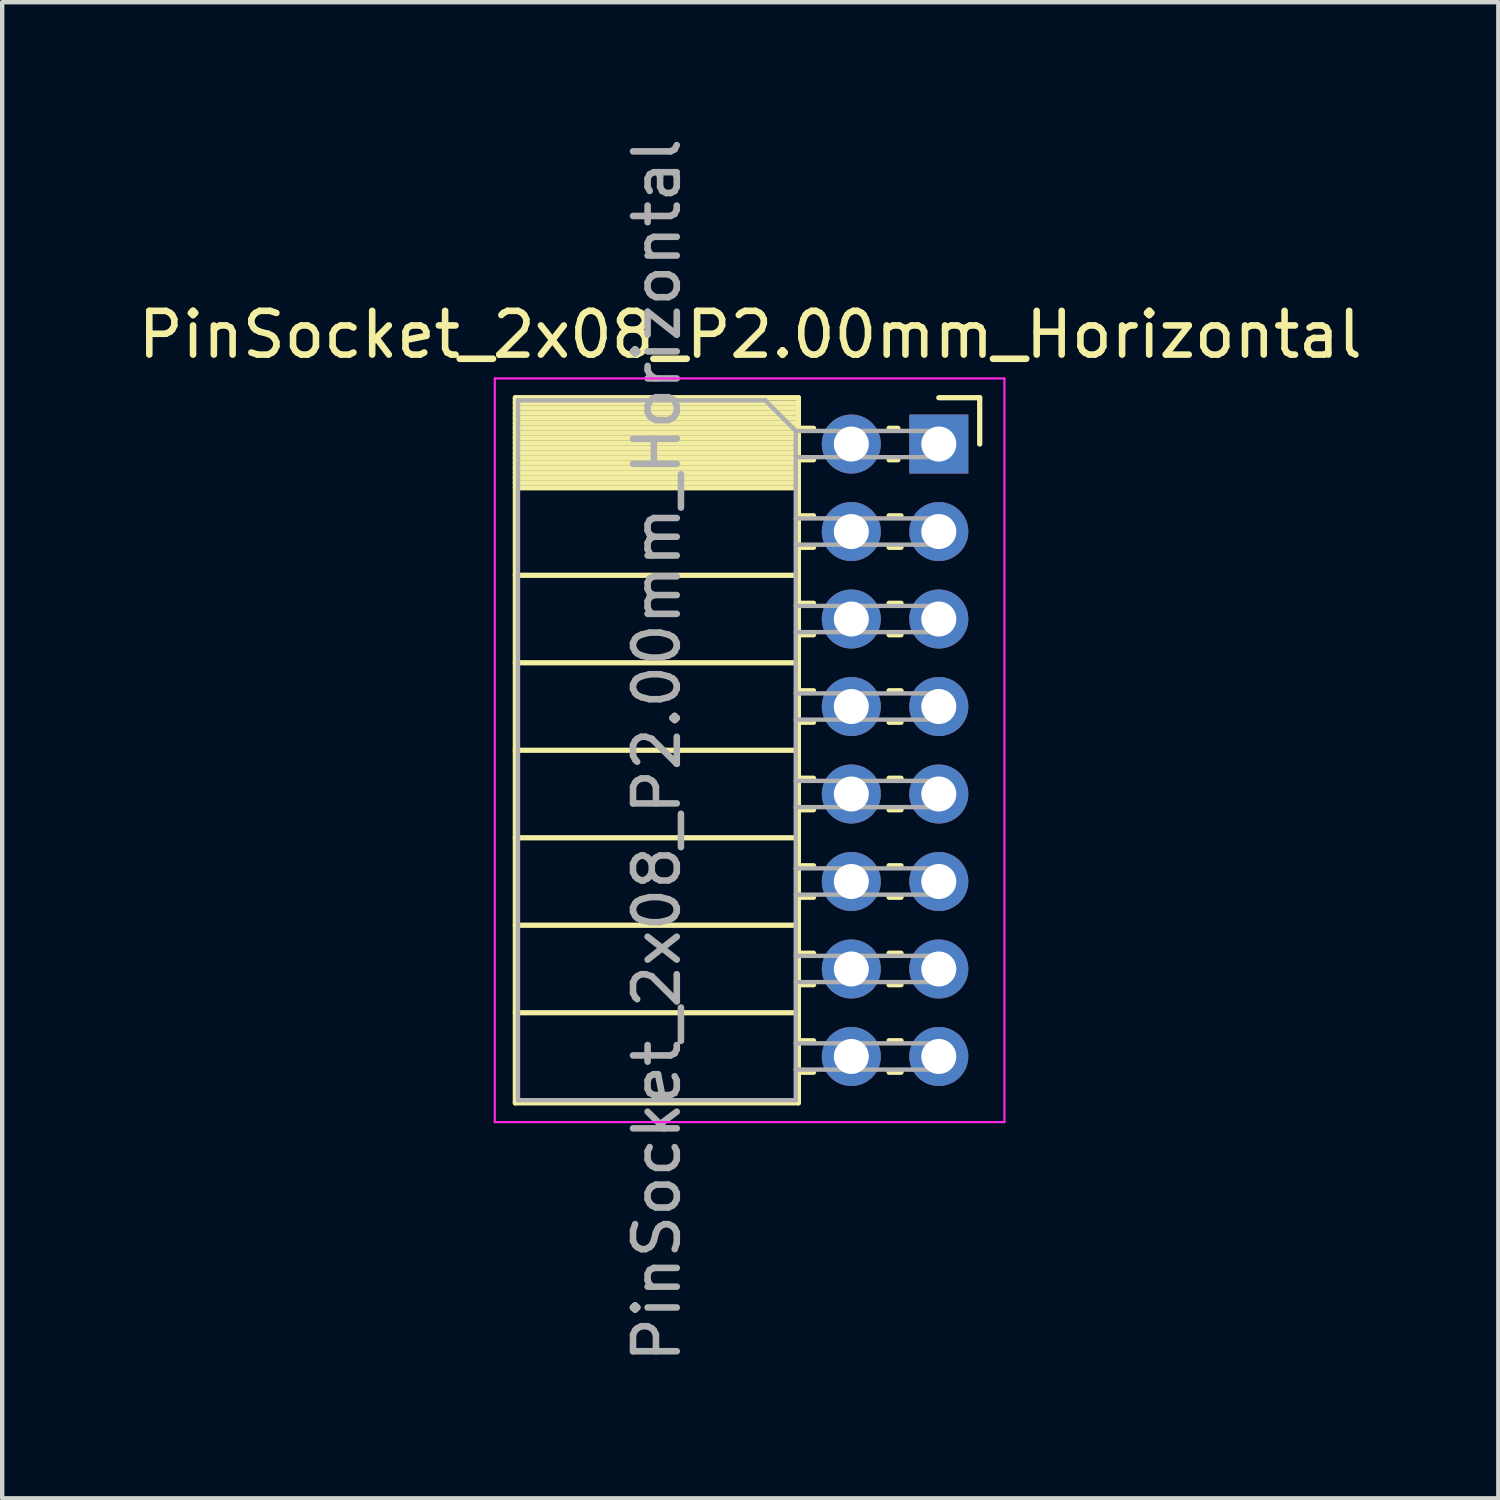
<source format=kicad_pcb>
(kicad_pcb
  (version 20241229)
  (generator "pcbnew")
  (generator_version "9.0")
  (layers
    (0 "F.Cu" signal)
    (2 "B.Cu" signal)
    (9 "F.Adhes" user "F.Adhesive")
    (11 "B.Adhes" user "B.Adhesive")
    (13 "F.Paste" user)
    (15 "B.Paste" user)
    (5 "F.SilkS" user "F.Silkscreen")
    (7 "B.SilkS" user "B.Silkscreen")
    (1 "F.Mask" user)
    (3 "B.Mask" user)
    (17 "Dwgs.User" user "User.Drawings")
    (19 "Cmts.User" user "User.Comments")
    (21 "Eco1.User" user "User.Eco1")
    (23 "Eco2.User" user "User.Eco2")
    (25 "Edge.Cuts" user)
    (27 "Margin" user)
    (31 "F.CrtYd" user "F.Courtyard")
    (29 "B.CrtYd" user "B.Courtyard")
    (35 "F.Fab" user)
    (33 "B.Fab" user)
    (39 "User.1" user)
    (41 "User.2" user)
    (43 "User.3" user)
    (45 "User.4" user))
  (footprint "PinSocket_2x08_P2.00mm_Horizontal"
    (layer "F.Cu")
    (at 18.411 7.101)
    (property "Reference" "PinSocket_2x08_P2.00mm_Horizontal" (at -4.31 -2.5 0) (layer "F.SilkS") (effects (font (size 1 1) (thickness 0.15))))
    (attr through_hole)
    (fp_line (start -9.68 -1.06) (end -9.68 15.06) (stroke (width 0.12) (type solid)) (layer "F.SilkS"))
    (fp_line (start -9.68 -1.06) (end -3.21 -1.06) (stroke (width 0.12) (type solid)) (layer "F.SilkS"))
    (fp_line (start -9.68 -0.94) (end -3.21 -0.94) (stroke (width 0.12) (type solid)) (layer "F.SilkS"))
    (fp_line (start -9.68 -0.826) (end -3.21 -0.826) (stroke (width 0.12) (type solid)) (layer "F.SilkS"))
    (fp_line (start -9.68 -0.712) (end -3.21 -0.712) (stroke (width 0.12) (type solid)) (layer "F.SilkS"))
    (fp_line (start -9.68 -0.598) (end -3.21 -0.598) (stroke (width 0.12) (type solid)) (layer "F.SilkS"))
    (fp_line (start -9.68 -0.484) (end -3.21 -0.484) (stroke (width 0.12) (type solid)) (layer "F.SilkS"))
    (fp_line (start -9.68 -0.369) (end -3.21 -0.369) (stroke (width 0.12) (type solid)) (layer "F.SilkS"))
    (fp_line (start -9.68 -0.255) (end -3.21 -0.255) (stroke (width 0.12) (type solid)) (layer "F.SilkS"))
    (fp_line (start -9.68 -0.141) (end -3.21 -0.141) (stroke (width 0.12) (type solid)) (layer "F.SilkS"))
    (fp_line (start -9.68 -0.027) (end -3.21 -0.027) (stroke (width 0.12) (type solid)) (layer "F.SilkS"))
    (fp_line (start -9.68 0.087) (end -3.21 0.087) (stroke (width 0.12) (type solid)) (layer "F.SilkS"))
    (fp_line (start -9.68 0.201) (end -3.21 0.201) (stroke (width 0.12) (type solid)) (layer "F.SilkS"))
    (fp_line (start -9.68 0.315) (end -3.21 0.315) (stroke (width 0.12) (type solid)) (layer "F.SilkS"))
    (fp_line (start -9.68 0.429) (end -3.21 0.429) (stroke (width 0.12) (type solid)) (layer "F.SilkS"))
    (fp_line (start -9.68 0.544) (end -3.21 0.544) (stroke (width 0.12) (type solid)) (layer "F.SilkS"))
    (fp_line (start -9.68 0.658) (end -3.21 0.658) (stroke (width 0.12) (type solid)) (layer "F.SilkS"))
    (fp_line (start -9.68 0.772) (end -3.21 0.772) (stroke (width 0.12) (type solid)) (layer "F.SilkS"))
    (fp_line (start -9.68 0.886) (end -3.21 0.886) (stroke (width 0.12) (type solid)) (layer "F.SilkS"))
    (fp_line (start -9.68 1) (end -3.21 1) (stroke (width 0.12) (type solid)) (layer "F.SilkS"))
    (fp_line (start -9.68 3) (end -3.21 3) (stroke (width 0.12) (type solid)) (layer "F.SilkS"))
    (fp_line (start -9.68 5) (end -3.21 5) (stroke (width 0.12) (type solid)) (layer "F.SilkS"))
    (fp_line (start -9.68 7) (end -3.21 7) (stroke (width 0.12) (type solid)) (layer "F.SilkS"))
    (fp_line (start -9.68 9) (end -3.21 9) (stroke (width 0.12) (type solid)) (layer "F.SilkS"))
    (fp_line (start -9.68 11) (end -3.21 11) (stroke (width 0.12) (type solid)) (layer "F.SilkS"))
    (fp_line (start -9.68 13) (end -3.21 13) (stroke (width 0.12) (type solid)) (layer "F.SilkS"))
    (fp_line (start -9.68 15.06) (end -3.21 15.06) (stroke (width 0.12) (type solid)) (layer "F.SilkS"))
    (fp_line (start -3.21 -1.06) (end -3.21 15.06) (stroke (width 0.12) (type solid)) (layer "F.SilkS"))
    (fp_line (start -3.21 -0.36) (end -2.863 -0.36) (stroke (width 0.12) (type solid)) (layer "F.SilkS"))
    (fp_line (start -3.21 0.36) (end -2.863 0.36) (stroke (width 0.12) (type solid)) (layer "F.SilkS"))
    (fp_line (start -3.21 1.64) (end -2.863 1.64) (stroke (width 0.12) (type solid)) (layer "F.SilkS"))
    (fp_line (start -3.21 2.36) (end -2.863 2.36) (stroke (width 0.12) (type solid)) (layer "F.SilkS"))
    (fp_line (start -3.21 3.64) (end -2.863 3.64) (stroke (width 0.12) (type solid)) (layer "F.SilkS"))
    (fp_line (start -3.21 4.36) (end -2.863 4.36) (stroke (width 0.12) (type solid)) (layer "F.SilkS"))
    (fp_line (start -3.21 5.64) (end -2.863 5.64) (stroke (width 0.12) (type solid)) (layer "F.SilkS"))
    (fp_line (start -3.21 6.36) (end -2.863 6.36) (stroke (width 0.12) (type solid)) (layer "F.SilkS"))
    (fp_line (start -3.21 7.64) (end -2.863 7.64) (stroke (width 0.12) (type solid)) (layer "F.SilkS"))
    (fp_line (start -3.21 8.36) (end -2.863 8.36) (stroke (width 0.12) (type solid)) (layer "F.SilkS"))
    (fp_line (start -3.21 9.64) (end -2.863 9.64) (stroke (width 0.12) (type solid)) (layer "F.SilkS"))
    (fp_line (start -3.21 10.36) (end -2.863 10.36) (stroke (width 0.12) (type solid)) (layer "F.SilkS"))
    (fp_line (start -3.21 11.64) (end -2.863 11.64) (stroke (width 0.12) (type solid)) (layer "F.SilkS"))
    (fp_line (start -3.21 12.36) (end -2.863 12.36) (stroke (width 0.12) (type solid)) (layer "F.SilkS"))
    (fp_line (start -3.21 13.64) (end -2.863 13.64) (stroke (width 0.12) (type solid)) (layer "F.SilkS"))
    (fp_line (start -3.21 14.36) (end -2.863 14.36) (stroke (width 0.12) (type solid)) (layer "F.SilkS"))
    (fp_line (start -1.137 -0.36) (end -0.935 -0.36) (stroke (width 0.12) (type solid)) (layer "F.SilkS"))
    (fp_line (start -1.137 0.36) (end -0.935 0.36) (stroke (width 0.12) (type solid)) (layer "F.SilkS"))
    (fp_line (start -1.137 1.64) (end -0.863 1.64) (stroke (width 0.12) (type solid)) (layer "F.SilkS"))
    (fp_line (start -1.137 2.36) (end -0.863 2.36) (stroke (width 0.12) (type solid)) (layer "F.SilkS"))
    (fp_line (start -1.137 3.64) (end -0.863 3.64) (stroke (width 0.12) (type solid)) (layer "F.SilkS"))
    (fp_line (start -1.137 4.36) (end -0.863 4.36) (stroke (width 0.12) (type solid)) (layer "F.SilkS"))
    (fp_line (start -1.137 5.64) (end -0.863 5.64) (stroke (width 0.12) (type solid)) (layer "F.SilkS"))
    (fp_line (start -1.137 6.36) (end -0.863 6.36) (stroke (width 0.12) (type solid)) (layer "F.SilkS"))
    (fp_line (start -1.137 7.64) (end -0.863 7.64) (stroke (width 0.12) (type solid)) (layer "F.SilkS"))
    (fp_line (start -1.137 8.36) (end -0.863 8.36) (stroke (width 0.12) (type solid)) (layer "F.SilkS"))
    (fp_line (start -1.137 9.64) (end -0.863 9.64) (stroke (width 0.12) (type solid)) (layer "F.SilkS"))
    (fp_line (start -1.137 10.36) (end -0.863 10.36) (stroke (width 0.12) (type solid)) (layer "F.SilkS"))
    (fp_line (start -1.137 11.64) (end -0.863 11.64) (stroke (width 0.12) (type solid)) (layer "F.SilkS"))
    (fp_line (start -1.137 12.36) (end -0.863 12.36) (stroke (width 0.12) (type solid)) (layer "F.SilkS"))
    (fp_line (start -1.137 13.64) (end -0.863 13.64) (stroke (width 0.12) (type solid)) (layer "F.SilkS"))
    (fp_line (start -1.137 14.36) (end -0.863 14.36) (stroke (width 0.12) (type solid)) (layer "F.SilkS"))
    (fp_line (start 0 -1.06) (end 0.935 -1.06) (stroke (width 0.12) (type solid)) (layer "F.SilkS"))
    (fp_line (start 0.935 -1.06) (end 0.935 0) (stroke (width 0.12) (type solid)) (layer "F.SilkS"))
    (fp_line (start -10.15 -1.5) (end -10.15 15.5) (stroke (width 0.05) (type solid)) (layer "F.CrtYd"))
    (fp_line (start -10.15 15.5) (end 1.5 15.5) (stroke (width 0.05) (type solid)) (layer "F.CrtYd"))
    (fp_line (start 1.5 -1.5) (end -10.15 -1.5) (stroke (width 0.05) (type solid)) (layer "F.CrtYd"))
    (fp_line (start 1.5 15.5) (end 1.5 -1.5) (stroke (width 0.05) (type solid)) (layer "F.CrtYd"))
    (fp_line (start -9.62 -1) (end -3.97 -1) (stroke (width 0.1) (type solid)) (layer "F.Fab"))
    (fp_line (start -9.62 15) (end -9.62 -1) (stroke (width 0.1) (type solid)) (layer "F.Fab"))
    (fp_line (start -3.97 -1) (end -3.27 -0.3) (stroke (width 0.1) (type solid)) (layer "F.Fab"))
    (fp_line (start -3.27 -0.3) (end -3.27 15) (stroke (width 0.1) (type solid)) (layer "F.Fab"))
    (fp_line (start -3.27 0.3) (end 0 0.3) (stroke (width 0.1) (type solid)) (layer "F.Fab"))
    (fp_line (start -3.27 2.3) (end 0 2.3) (stroke (width 0.1) (type solid)) (layer "F.Fab"))
    (fp_line (start -3.27 4.3) (end 0 4.3) (stroke (width 0.1) (type solid)) (layer "F.Fab"))
    (fp_line (start -3.27 6.3) (end 0 6.3) (stroke (width 0.1) (type solid)) (layer "F.Fab"))
    (fp_line (start -3.27 8.3) (end 0 8.3) (stroke (width 0.1) (type solid)) (layer "F.Fab"))
    (fp_line (start -3.27 10.3) (end 0 10.3) (stroke (width 0.1) (type solid)) (layer "F.Fab"))
    (fp_line (start -3.27 12.3) (end 0 12.3) (stroke (width 0.1) (type solid)) (layer "F.Fab"))
    (fp_line (start -3.27 14.3) (end 0 14.3) (stroke (width 0.1) (type solid)) (layer "F.Fab"))
    (fp_line (start -3.27 15) (end -9.62 15) (stroke (width 0.1) (type solid)) (layer "F.Fab"))
    (fp_line (start 0 -0.3) (end -3.27 -0.3) (stroke (width 0.1) (type solid)) (layer "F.Fab"))
    (fp_line (start 0 0.3) (end 0 -0.3) (stroke (width 0.1) (type solid)) (layer "F.Fab"))
    (fp_line (start 0 1.7) (end -3.27 1.7) (stroke (width 0.1) (type solid)) (layer "F.Fab"))
    (fp_line (start 0 2.3) (end 0 1.7) (stroke (width 0.1) (type solid)) (layer "F.Fab"))
    (fp_line (start 0 3.7) (end -3.27 3.7) (stroke (width 0.1) (type solid)) (layer "F.Fab"))
    (fp_line (start 0 4.3) (end 0 3.7) (stroke (width 0.1) (type solid)) (layer "F.Fab"))
    (fp_line (start 0 5.7) (end -3.27 5.7) (stroke (width 0.1) (type solid)) (layer "F.Fab"))
    (fp_line (start 0 6.3) (end 0 5.7) (stroke (width 0.1) (type solid)) (layer "F.Fab"))
    (fp_line (start 0 7.7) (end -3.27 7.7) (stroke (width 0.1) (type solid)) (layer "F.Fab"))
    (fp_line (start 0 8.3) (end 0 7.7) (stroke (width 0.1) (type solid)) (layer "F.Fab"))
    (fp_line (start 0 9.7) (end -3.27 9.7) (stroke (width 0.1) (type solid)) (layer "F.Fab"))
    (fp_line (start 0 10.3) (end 0 9.7) (stroke (width 0.1) (type solid)) (layer "F.Fab"))
    (fp_line (start 0 11.7) (end -3.27 11.7) (stroke (width 0.1) (type solid)) (layer "F.Fab"))
    (fp_line (start 0 12.3) (end 0 11.7) (stroke (width 0.1) (type solid)) (layer "F.Fab"))
    (fp_line (start 0 13.7) (end -3.27 13.7) (stroke (width 0.1) (type solid)) (layer "F.Fab"))
    (fp_line (start 0 14.3) (end 0 13.7) (stroke (width 0.1) (type solid)) (layer "F.Fab"))
    (fp_text user "${REFERENCE}" (at -6.445 7 90) (layer "F.Fab") (effects (font (size 1 1) (thickness 0.15))))
    (pad "1" thru_hole rect (at 0 0) (size 1.35 1.35) (drill 0.8) (layers "*.Cu" "*.Mask"))
    (pad "2" thru_hole oval (at -2 0) (size 1.35 1.35) (drill 0.8) (layers "*.Cu" "*.Mask"))
    (pad "3" thru_hole oval (at 0 2) (size 1.35 1.35) (drill 0.8) (layers "*.Cu" "*.Mask"))
    (pad "4" thru_hole oval (at -2 2) (size 1.35 1.35) (drill 0.8) (layers "*.Cu" "*.Mask"))
    (pad "5" thru_hole oval (at 0 4) (size 1.35 1.35) (drill 0.8) (layers "*.Cu" "*.Mask"))
    (pad "6" thru_hole oval (at -2 4) (size 1.35 1.35) (drill 0.8) (layers "*.Cu" "*.Mask"))
    (pad "7" thru_hole oval (at 0 6) (size 1.35 1.35) (drill 0.8) (layers "*.Cu" "*.Mask"))
    (pad "8" thru_hole oval (at -2 6) (size 1.35 1.35) (drill 0.8) (layers "*.Cu" "*.Mask"))
    (pad "9" thru_hole oval (at 0 8) (size 1.35 1.35) (drill 0.8) (layers "*.Cu" "*.Mask"))
    (pad "10" thru_hole oval (at -2 8) (size 1.35 1.35) (drill 0.8) (layers "*.Cu" "*.Mask"))
    (pad "11" thru_hole oval (at 0 10) (size 1.35 1.35) (drill 0.8) (layers "*.Cu" "*.Mask"))
    (pad "12" thru_hole oval (at -2 10) (size 1.35 1.35) (drill 0.8) (layers "*.Cu" "*.Mask"))
    (pad "13" thru_hole oval (at 0 12) (size 1.35 1.35) (drill 0.8) (layers "*.Cu" "*.Mask"))
    (pad "14" thru_hole oval (at -2 12) (size 1.35 1.35) (drill 0.8) (layers "*.Cu" "*.Mask"))
    (pad "15" thru_hole oval (at 0 14) (size 1.35 1.35) (drill 0.8) (layers "*.Cu" "*.Mask"))
    (pad "16" thru_hole oval (at -2 14) (size 1.35 1.35) (drill 0.8) (layers "*.Cu" "*.Mask")))
  (gr_rect
    (start -3 -3)
    (end 31.202 31.202)
    (stroke (width 0.1) (type default))
    (fill no)
    (layer "Edge.Cuts")))
</source>
